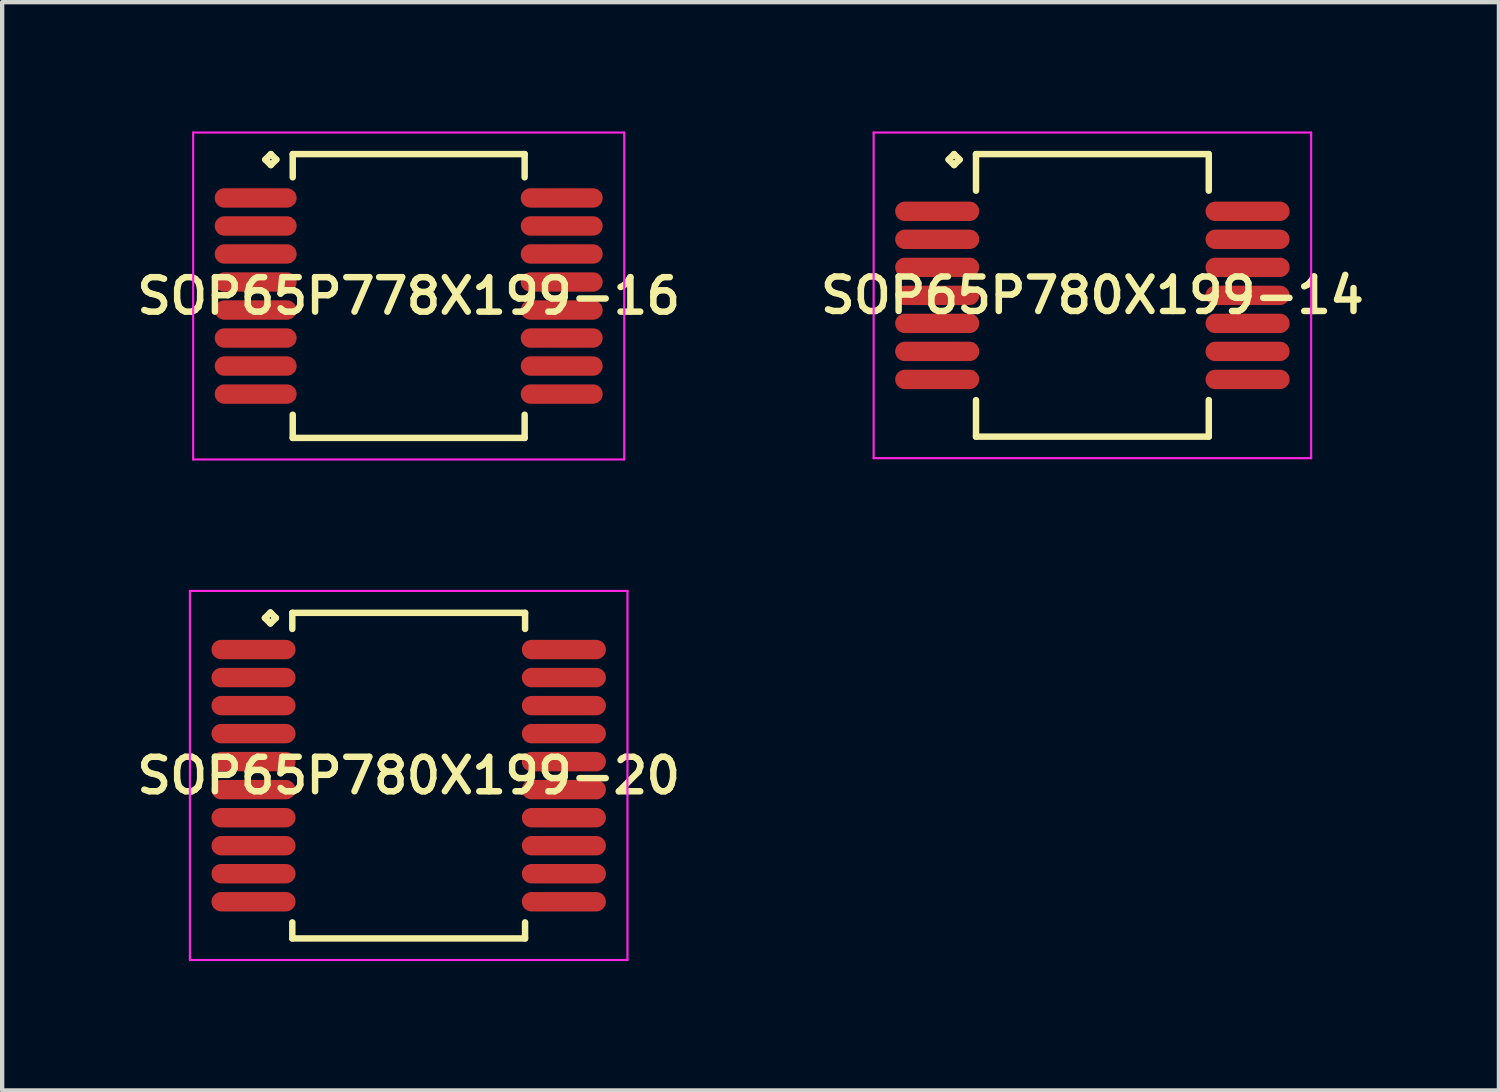
<source format=kicad_pcb>
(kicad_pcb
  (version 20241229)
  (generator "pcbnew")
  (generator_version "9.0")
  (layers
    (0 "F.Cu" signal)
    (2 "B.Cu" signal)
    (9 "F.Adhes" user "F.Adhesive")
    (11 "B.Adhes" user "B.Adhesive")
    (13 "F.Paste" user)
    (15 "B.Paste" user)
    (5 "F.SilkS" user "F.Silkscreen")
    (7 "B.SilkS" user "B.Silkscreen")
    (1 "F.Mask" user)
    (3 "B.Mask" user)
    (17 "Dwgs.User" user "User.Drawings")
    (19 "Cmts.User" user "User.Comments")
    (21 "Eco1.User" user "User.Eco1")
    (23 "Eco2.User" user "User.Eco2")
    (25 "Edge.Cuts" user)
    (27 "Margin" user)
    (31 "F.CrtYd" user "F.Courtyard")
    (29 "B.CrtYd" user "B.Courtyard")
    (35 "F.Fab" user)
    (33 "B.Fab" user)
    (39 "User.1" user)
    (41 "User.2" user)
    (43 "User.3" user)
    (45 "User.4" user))
  (footprint "SOP65P778X199-16"
    (layer "F.Cu")
    (at 6.431 3.817)
    (property "Reference" "SOP65P778X199-16" (at 0 0 0) (layer "F.SilkS") (effects (font (size 0.8 0.8) (thickness 0.15))))
    (attr smd)
    (fp_line (start -3.325 -3.165) (end -3.198 -3.292) (stroke (width 0.15) (type solid)) (layer "F.SilkS"))
    (fp_line (start -3.198 -3.292) (end -3.071 -3.165) (stroke (width 0.15) (type solid)) (layer "F.SilkS"))
    (fp_line (start -3.198 -3.038) (end -3.325 -3.165) (stroke (width 0.15) (type solid)) (layer "F.SilkS"))
    (fp_line (start -3.071 -3.165) (end -3.198 -3.038) (stroke (width 0.15) (type solid)) (layer "F.SilkS"))
    (fp_line (start -2.69 -3.292) (end 2.69 -3.292) (stroke (width 0.15) (type solid)) (layer "F.SilkS"))
    (fp_line (start -2.69 -2.754) (end -2.69 -3.292) (stroke (width 0.15) (type solid)) (layer "F.SilkS"))
    (fp_line (start -2.69 2.754) (end -2.69 3.292) (stroke (width 0.15) (type solid)) (layer "F.SilkS"))
    (fp_line (start -2.69 3.292) (end 2.69 3.292) (stroke (width 0.15) (type solid)) (layer "F.SilkS"))
    (fp_line (start 2.69 -3.292) (end 2.69 -2.754) (stroke (width 0.15) (type solid)) (layer "F.SilkS"))
    (fp_line (start 2.69 3.292) (end 2.69 2.754) (stroke (width 0.15) (type solid)) (layer "F.SilkS"))
    (fp_line (start -5 -3.792) (end 5 -3.792) (stroke (width 0.05) (type solid)) (layer "F.CrtYd"))
    (fp_line (start -5 3.792) (end -5 -3.792) (stroke (width 0.05) (type solid)) (layer "F.CrtYd"))
    (fp_line (start 5 -3.792) (end 5 3.792) (stroke (width 0.05) (type solid)) (layer "F.CrtYd"))
    (fp_line (start 5 3.792) (end -5 3.792) (stroke (width 0.05) (type solid)) (layer "F.CrtYd"))
    (pad "1" smd oval (at -3.55 -2.275) (size 1.9 0.45) (layers "F.Cu" "F.Mask" "F.Paste"))
    (pad "2" smd oval (at -3.55 -1.625) (size 1.9 0.45) (layers "F.Cu" "F.Mask" "F.Paste"))
    (pad "3" smd oval (at -3.55 -0.975) (size 1.9 0.45) (layers "F.Cu" "F.Mask" "F.Paste"))
    (pad "4" smd oval (at -3.55 -0.325) (size 1.9 0.45) (layers "F.Cu" "F.Mask" "F.Paste"))
    (pad "5" smd oval (at -3.55 0.325) (size 1.9 0.45) (layers "F.Cu" "F.Mask" "F.Paste"))
    (pad "6" smd oval (at -3.55 0.975) (size 1.9 0.45) (layers "F.Cu" "F.Mask" "F.Paste"))
    (pad "7" smd oval (at -3.55 1.625) (size 1.9 0.45) (layers "F.Cu" "F.Mask" "F.Paste"))
    (pad "8" smd oval (at -3.55 2.275) (size 1.9 0.45) (layers "F.Cu" "F.Mask" "F.Paste"))
    (pad "9" smd oval (at 3.55 2.275) (size 1.9 0.45) (layers "F.Cu" "F.Mask" "F.Paste"))
    (pad "10" smd oval (at 3.55 1.625) (size 1.9 0.45) (layers "F.Cu" "F.Mask" "F.Paste"))
    (pad "11" smd oval (at 3.55 0.975) (size 1.9 0.45) (layers "F.Cu" "F.Mask" "F.Paste"))
    (pad "12" smd oval (at 3.55 0.325) (size 1.9 0.45) (layers "F.Cu" "F.Mask" "F.Paste"))
    (pad "13" smd oval (at 3.55 -0.325) (size 1.9 0.45) (layers "F.Cu" "F.Mask" "F.Paste"))
    (pad "14" smd oval (at 3.55 -0.975) (size 1.9 0.45) (layers "F.Cu" "F.Mask" "F.Paste"))
    (pad "15" smd oval (at 3.55 -1.625) (size 1.9 0.45) (layers "F.Cu" "F.Mask" "F.Paste"))
    (pad "16" smd oval (at 3.55 -2.275) (size 1.9 0.45) (layers "F.Cu" "F.Mask" "F.Paste")))
  (footprint "SOP65P780X199-20"
    (layer "F.Cu")
    (at 6.431 14.944)
    (property "Reference" "SOP65P780X199-20" (at 0 0 0) (layer "F.SilkS") (effects (font (size 0.8 0.8) (thickness 0.15))))
    (attr smd)
    (fp_line (start -3.335 -3.658) (end -3.208 -3.785) (stroke (width 0.15) (type solid)) (layer "F.SilkS"))
    (fp_line (start -3.208 -3.785) (end -3.081 -3.658) (stroke (width 0.15) (type solid)) (layer "F.SilkS"))
    (fp_line (start -3.208 -3.531) (end -3.335 -3.658) (stroke (width 0.15) (type solid)) (layer "F.SilkS"))
    (fp_line (start -3.081 -3.658) (end -3.208 -3.531) (stroke (width 0.15) (type solid)) (layer "F.SilkS"))
    (fp_line (start -2.7 -3.777) (end 2.7 -3.777) (stroke (width 0.15) (type solid)) (layer "F.SilkS"))
    (fp_line (start -2.7 -3.404) (end -2.7 -3.777) (stroke (width 0.15) (type solid)) (layer "F.SilkS"))
    (fp_line (start -2.7 3.404) (end -2.7 3.777) (stroke (width 0.15) (type solid)) (layer "F.SilkS"))
    (fp_line (start -2.7 3.777) (end 2.7 3.777) (stroke (width 0.15) (type solid)) (layer "F.SilkS"))
    (fp_line (start 2.7 -3.777) (end 2.7 -3.404) (stroke (width 0.15) (type solid)) (layer "F.SilkS"))
    (fp_line (start 2.7 3.777) (end 2.7 3.404) (stroke (width 0.15) (type solid)) (layer "F.SilkS"))
    (fp_line (start -5.075 -4.285) (end 5.075 -4.285) (stroke (width 0.05) (type solid)) (layer "F.CrtYd"))
    (fp_line (start -5.075 4.277) (end -5.075 -4.285) (stroke (width 0.05) (type solid)) (layer "F.CrtYd"))
    (fp_line (start 5.075 -4.285) (end 5.075 4.277) (stroke (width 0.05) (type solid)) (layer "F.CrtYd"))
    (fp_line (start 5.075 4.277) (end -5.075 4.277) (stroke (width 0.05) (type solid)) (layer "F.CrtYd"))
    (pad "1" smd oval (at -3.6 -2.925) (size 1.95 0.45) (layers "F.Cu" "F.Mask" "F.Paste"))
    (pad "2" smd oval (at -3.6 -2.275) (size 1.95 0.45) (layers "F.Cu" "F.Mask" "F.Paste"))
    (pad "3" smd oval (at -3.6 -1.625) (size 1.95 0.45) (layers "F.Cu" "F.Mask" "F.Paste"))
    (pad "4" smd oval (at -3.6 -0.975) (size 1.95 0.45) (layers "F.Cu" "F.Mask" "F.Paste"))
    (pad "5" smd oval (at -3.6 -0.325) (size 1.95 0.45) (layers "F.Cu" "F.Mask" "F.Paste"))
    (pad "6" smd oval (at -3.6 0.325) (size 1.95 0.45) (layers "F.Cu" "F.Mask" "F.Paste"))
    (pad "7" smd oval (at -3.6 0.975) (size 1.95 0.45) (layers "F.Cu" "F.Mask" "F.Paste"))
    (pad "8" smd oval (at -3.6 1.625) (size 1.95 0.45) (layers "F.Cu" "F.Mask" "F.Paste"))
    (pad "9" smd oval (at -3.6 2.275) (size 1.95 0.45) (layers "F.Cu" "F.Mask" "F.Paste"))
    (pad "10" smd oval (at -3.6 2.925) (size 1.95 0.45) (layers "F.Cu" "F.Mask" "F.Paste"))
    (pad "11" smd oval (at 3.6 2.925) (size 1.95 0.45) (layers "F.Cu" "F.Mask" "F.Paste"))
    (pad "12" smd oval (at 3.6 2.275) (size 1.95 0.45) (layers "F.Cu" "F.Mask" "F.Paste"))
    (pad "13" smd oval (at 3.6 1.625) (size 1.95 0.45) (layers "F.Cu" "F.Mask" "F.Paste"))
    (pad "14" smd oval (at 3.6 0.975) (size 1.95 0.45) (layers "F.Cu" "F.Mask" "F.Paste"))
    (pad "15" smd oval (at 3.6 0.325) (size 1.95 0.45) (layers "F.Cu" "F.Mask" "F.Paste"))
    (pad "16" smd oval (at 3.6 -0.325) (size 1.95 0.45) (layers "F.Cu" "F.Mask" "F.Paste"))
    (pad "17" smd oval (at 3.6 -0.975) (size 1.95 0.45) (layers "F.Cu" "F.Mask" "F.Paste"))
    (pad "18" smd oval (at 3.6 -1.625) (size 1.95 0.45) (layers "F.Cu" "F.Mask" "F.Paste"))
    (pad "19" smd oval (at 3.6 -2.275) (size 1.95 0.45) (layers "F.Cu" "F.Mask" "F.Paste"))
    (pad "20" smd oval (at 3.6 -2.925) (size 1.95 0.45) (layers "F.Cu" "F.Mask" "F.Paste")))
  (footprint "SOP65P780X199-14"
    (layer "F.Cu")
    (at 22.292 3.802)
    (property "Reference" "SOP65P780X199-14" (at 0 0 0) (layer "F.SilkS") (effects (font (size 0.8 0.8) (thickness 0.15))))
    (attr smd)
    (fp_line (start -3.335 -3.15) (end -3.208 -3.277) (stroke (width 0.15) (type solid)) (layer "F.SilkS"))
    (fp_line (start -3.208 -3.277) (end -3.081 -3.15) (stroke (width 0.15) (type solid)) (layer "F.SilkS"))
    (fp_line (start -3.208 -3.023) (end -3.335 -3.15) (stroke (width 0.15) (type solid)) (layer "F.SilkS"))
    (fp_line (start -3.081 -3.15) (end -3.208 -3.023) (stroke (width 0.15) (type solid)) (layer "F.SilkS"))
    (fp_line (start -2.7 -3.277) (end 2.7 -3.277) (stroke (width 0.15) (type solid)) (layer "F.SilkS"))
    (fp_line (start -2.7 -2.429) (end -2.7 -3.277) (stroke (width 0.15) (type solid)) (layer "F.SilkS"))
    (fp_line (start -2.7 2.429) (end -2.7 3.277) (stroke (width 0.15) (type solid)) (layer "F.SilkS"))
    (fp_line (start -2.7 3.277) (end 2.7 3.277) (stroke (width 0.15) (type solid)) (layer "F.SilkS"))
    (fp_line (start 2.7 -3.277) (end 2.7 -2.429) (stroke (width 0.15) (type solid)) (layer "F.SilkS"))
    (fp_line (start 2.7 3.277) (end 2.7 2.429) (stroke (width 0.15) (type solid)) (layer "F.SilkS"))
    (fp_line (start -5.075 -3.777) (end 5.075 -3.777) (stroke (width 0.05) (type solid)) (layer "F.CrtYd"))
    (fp_line (start -5.075 3.777) (end -5.075 -3.777) (stroke (width 0.05) (type solid)) (layer "F.CrtYd"))
    (fp_line (start 5.075 -3.777) (end 5.075 3.777) (stroke (width 0.05) (type solid)) (layer "F.CrtYd"))
    (fp_line (start 5.075 3.777) (end -5.075 3.777) (stroke (width 0.05) (type solid)) (layer "F.CrtYd"))
    (pad "1" smd oval (at -3.6 -1.95) (size 1.95 0.45) (layers "F.Cu" "F.Mask" "F.Paste"))
    (pad "2" smd oval (at -3.6 -1.3) (size 1.95 0.45) (layers "F.Cu" "F.Mask" "F.Paste"))
    (pad "3" smd oval (at -3.6 -0.65) (size 1.95 0.45) (layers "F.Cu" "F.Mask" "F.Paste"))
    (pad "4" smd oval (at -3.6 0) (size 1.95 0.45) (layers "F.Cu" "F.Mask" "F.Paste"))
    (pad "5" smd oval (at -3.6 0.65) (size 1.95 0.45) (layers "F.Cu" "F.Mask" "F.Paste"))
    (pad "6" smd oval (at -3.6 1.3) (size 1.95 0.45) (layers "F.Cu" "F.Mask" "F.Paste"))
    (pad "7" smd oval (at -3.6 1.95) (size 1.95 0.45) (layers "F.Cu" "F.Mask" "F.Paste"))
    (pad "8" smd oval (at 3.6 1.95) (size 1.95 0.45) (layers "F.Cu" "F.Mask" "F.Paste"))
    (pad "9" smd oval (at 3.6 1.3) (size 1.95 0.45) (layers "F.Cu" "F.Mask" "F.Paste"))
    (pad "10" smd oval (at 3.6 0.65) (size 1.95 0.45) (layers "F.Cu" "F.Mask" "F.Paste"))
    (pad "11" smd oval (at 3.6 0) (size 1.95 0.45) (layers "F.Cu" "F.Mask" "F.Paste"))
    (pad "12" smd oval (at 3.6 -0.65) (size 1.95 0.45) (layers "F.Cu" "F.Mask" "F.Paste"))
    (pad "13" smd oval (at 3.6 -1.3) (size 1.95 0.45) (layers "F.Cu" "F.Mask" "F.Paste"))
    (pad "14" smd oval (at 3.6 -1.95) (size 1.95 0.45) (layers "F.Cu" "F.Mask" "F.Paste")))
  (gr_rect
    (start -3 -3)
    (end 31.723 22.246)
    (stroke (width 0.1) (type default))
    (fill no)
    (layer "Edge.Cuts")))
</source>
